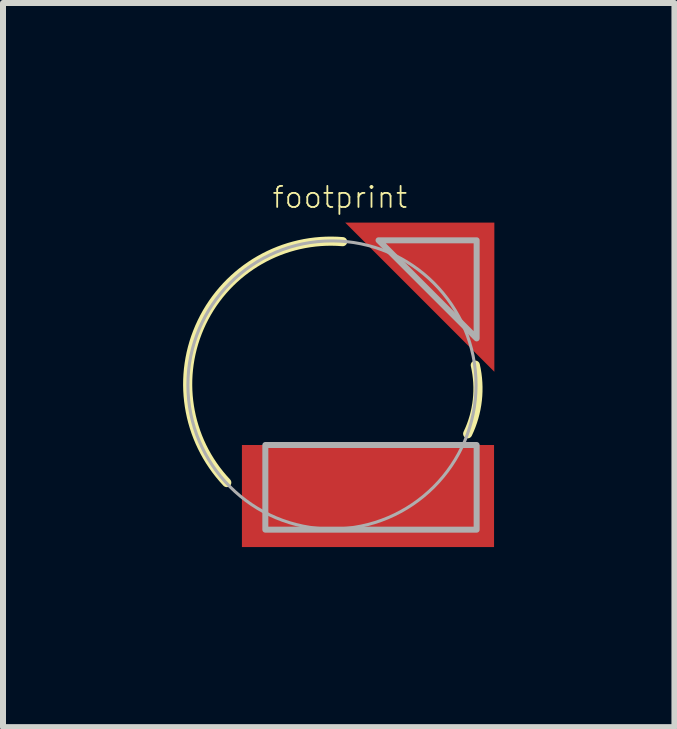
<source format=kicad_pcb>
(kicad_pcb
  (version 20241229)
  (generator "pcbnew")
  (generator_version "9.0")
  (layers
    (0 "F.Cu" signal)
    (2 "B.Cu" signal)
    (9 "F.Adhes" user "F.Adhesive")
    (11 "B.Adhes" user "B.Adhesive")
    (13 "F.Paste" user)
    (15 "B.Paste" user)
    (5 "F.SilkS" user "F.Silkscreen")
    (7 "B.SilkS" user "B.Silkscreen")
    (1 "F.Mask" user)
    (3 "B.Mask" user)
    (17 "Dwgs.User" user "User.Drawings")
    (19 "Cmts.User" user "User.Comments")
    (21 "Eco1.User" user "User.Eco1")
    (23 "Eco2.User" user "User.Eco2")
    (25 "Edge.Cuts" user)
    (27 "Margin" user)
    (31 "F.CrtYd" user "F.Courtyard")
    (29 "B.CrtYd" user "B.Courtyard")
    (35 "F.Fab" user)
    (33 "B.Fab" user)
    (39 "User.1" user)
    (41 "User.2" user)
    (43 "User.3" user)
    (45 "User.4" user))
  (footprint "footprint"
    (layer "F.Cu")
    (at 2.48 3.363)
    (property "Reference" "footprint" (at -1.016 -2.921 0) (layer "F.SilkS") (effects (font (size 0.351 0.351) (thickness 0.03)) (justify left bottom)))
    (fp_poly (pts (xy 2.705 -0.22) (xy 0.22 -2.705) (xy 2.705 -2.705)) (stroke (width 0) (type solid)) (fill yes) (layer "F.Cu"))
    (fp_poly (pts (xy 2.705 -0.22) (xy 0.22 -2.705) (xy 2.705 -2.705)) (stroke (width 0) (type solid)) (fill yes) (layer "F.Mask"))
    (fp_poly (pts (xy -1.5 2.7) (xy 2.7 2.7) (xy 2.7 1) (xy -1.5 1)) (stroke (width 0) (type solid)) (fill yes) (layer "F.Mask"))
    (fp_arc (start -1.752599 1.625602) (mid -2.167967 -1.045069) (end 0.1778 -2.3876) (stroke (width 0.1524) (type solid)) (layer "F.SilkS"))
    (fp_arc (start 2.3876 -0.3302) (mid 2.42159 0.252132) (end 2.260599 0.8128) (stroke (width 0.1524) (type solid)) (layer "F.SilkS"))
    (fp_poly (pts (xy 2.705 -0.22) (xy 0.22 -2.705) (xy 2.705 -2.705)) (stroke (width 0) (type solid)) (fill yes) (layer "F.Paste"))
    (fp_poly (pts (xy -1.5 2.7) (xy 2.7 2.7) (xy 2.7 1) (xy -1.5 1)) (stroke (width 0) (type solid)) (fill yes) (layer "F.Paste"))
    (fp_circle (center 0 0) (end 2.4 0) (stroke (width 0.051) (type solid)) (fill no) (layer "F.Fab"))
    (fp_poly (pts (xy 2.41 -0.776) (xy 0.776 -2.41) (xy 2.41 -2.41)) (stroke (width 0.1) (type solid)) (fill no) (layer "F.Fab"))
    (fp_poly (pts (xy 2.41 2.41) (xy -1.11 2.41) (xy -1.11 1) (xy 2.41 1)) (stroke (width 0.1) (type solid)) (fill no) (layer "F.Fab"))
    (pad "+" smd rect (at 2.022 -2.032) (size 1 1) (layers "F.Cu"))
    (pad "-" smd rect (at 0.6 1.85) (size 4.2 1.7) (layers "F.Cu")))
  (gr_rect
    (start -3 -3)
    (end 8.185 9.063)
    (stroke (width 0.1) (type default))
    (fill no)
    (layer "Edge.Cuts")))
</source>
